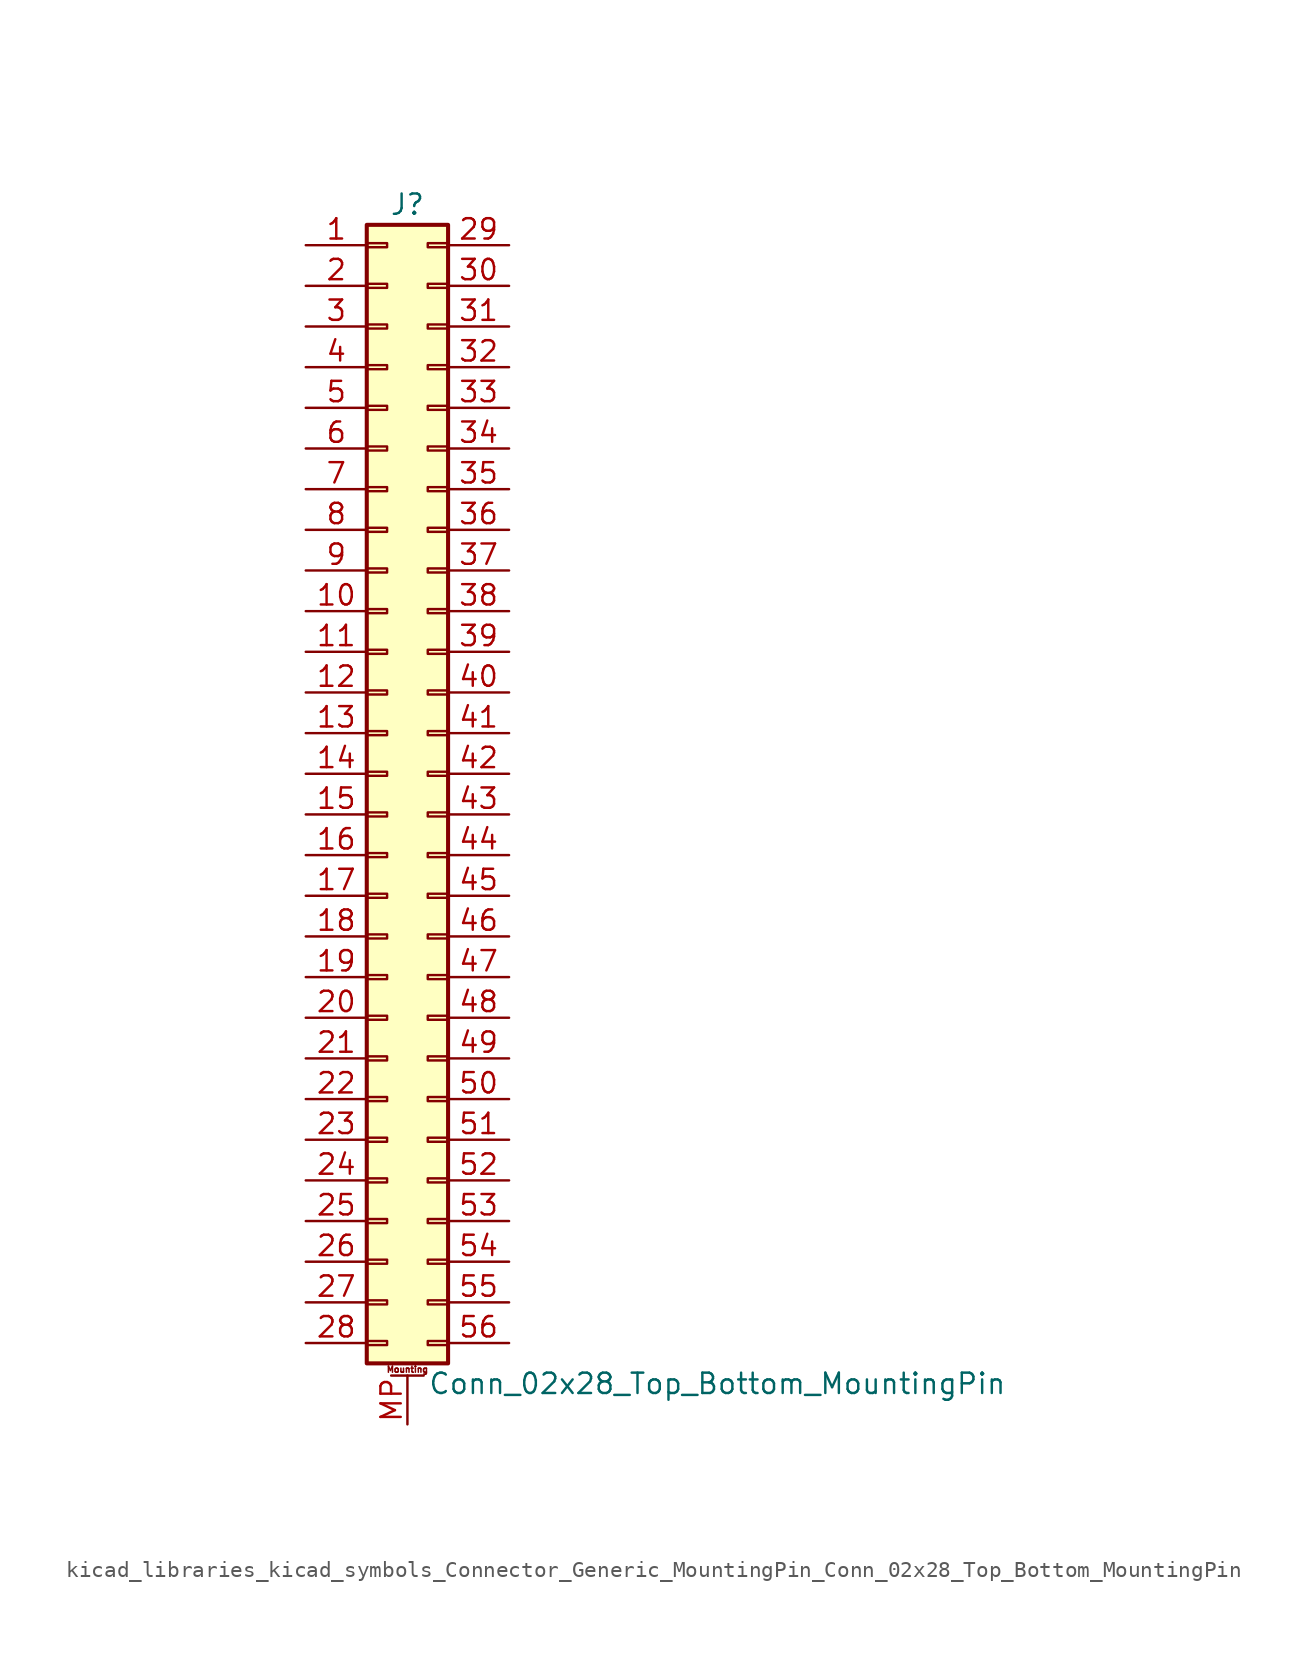
<source format=kicad_sym>
(kicad_symbol_lib
  (version 20220914)
  (generator kicad_symbol_editor)
  (symbol "kicad_libraries_kicad_symbols_Connector_Generic_MountingPin_Conn_02x28_Top_Bottom_MountingPin"
    (pin_names
      (offset 1.016) hide)
    (property "Reference" "J"
      (at 1.27 35.56 0)
      (effects (font (size 1.27 1.27))))
    (property "Value" "Conn_02x28_Top_Bottom_MountingPin"
      (at 2.54 -38.1 0)
      (effects (font (size 1.27 1.27)) (justify left)))
    (symbol "kicad_libraries_kicad_symbols_Connector_Generic_MountingPin_Conn_02x28_Top_Bottom_MountingPin_1_1"
      (rectangle (start -1.27 -35.433) (end 0 -35.687) (stroke (width 0.152) (type default)) (fill (type none)))
      (rectangle (start -1.27 -32.893) (end 0 -33.147) (stroke (width 0.152) (type default)) (fill (type none)))
      (rectangle (start -1.27 -30.353) (end 0 -30.607) (stroke (width 0.152) (type default)) (fill (type none)))
      (rectangle (start -1.27 -27.813) (end 0 -28.067) (stroke (width 0.152) (type default)) (fill (type none)))
      (rectangle (start -1.27 -25.273) (end 0 -25.527) (stroke (width 0.152) (type default)) (fill (type none)))
      (rectangle (start -1.27 -22.733) (end 0 -22.987) (stroke (width 0.152) (type default)) (fill (type none)))
      (rectangle (start -1.27 -20.193) (end 0 -20.447) (stroke (width 0.152) (type default)) (fill (type none)))
      (rectangle (start -1.27 -17.653) (end 0 -17.907) (stroke (width 0.152) (type default)) (fill (type none)))
      (rectangle (start -1.27 -15.113) (end 0 -15.367) (stroke (width 0.152) (type default)) (fill (type none)))
      (rectangle (start -1.27 -12.573) (end 0 -12.827) (stroke (width 0.152) (type default)) (fill (type none)))
      (rectangle (start -1.27 -10.033) (end 0 -10.287) (stroke (width 0.152) (type default)) (fill (type none)))
      (rectangle (start -1.27 -7.493) (end 0 -7.747) (stroke (width 0.152) (type default)) (fill (type none)))
      (rectangle (start -1.27 -4.953) (end 0 -5.207) (stroke (width 0.152) (type default)) (fill (type none)))
      (rectangle (start -1.27 -2.413) (end 0 -2.667) (stroke (width 0.152) (type default)) (fill (type none)))
      (rectangle (start -1.27 0.127) (end 0 -0.127) (stroke (width 0.152) (type default)) (fill (type none)))
      (rectangle (start -1.27 2.667) (end 0 2.413) (stroke (width 0.152) (type default)) (fill (type none)))
      (rectangle (start -1.27 5.207) (end 0 4.953) (stroke (width 0.152) (type default)) (fill (type none)))
      (rectangle (start -1.27 7.747) (end 0 7.493) (stroke (width 0.152) (type default)) (fill (type none)))
      (rectangle (start -1.27 10.287) (end 0 10.033) (stroke (width 0.152) (type default)) (fill (type none)))
      (rectangle (start -1.27 12.827) (end 0 12.573) (stroke (width 0.152) (type default)) (fill (type none)))
      (rectangle (start -1.27 15.367) (end 0 15.113) (stroke (width 0.152) (type default)) (fill (type none)))
      (rectangle (start -1.27 17.907) (end 0 17.653) (stroke (width 0.152) (type default)) (fill (type none)))
      (rectangle (start -1.27 20.447) (end 0 20.193) (stroke (width 0.152) (type default)) (fill (type none)))
      (rectangle (start -1.27 22.987) (end 0 22.733) (stroke (width 0.152) (type default)) (fill (type none)))
      (rectangle (start -1.27 25.527) (end 0 25.273) (stroke (width 0.152) (type default)) (fill (type none)))
      (rectangle (start -1.27 28.067) (end 0 27.813) (stroke (width 0.152) (type default)) (fill (type none)))
      (rectangle (start -1.27 30.607) (end 0 30.353) (stroke (width 0.152) (type default)) (fill (type none)))
      (rectangle (start -1.27 33.147) (end 0 32.893) (stroke (width 0.152) (type default)) (fill (type none)))
      (rectangle (start -1.27 34.29) (end 3.81 -36.83) (stroke (width 0.254) (type default)) (fill (type background)))
      (polyline (pts (xy 0.254 -37.592) (xy 2.286 -37.592)) (stroke (width 0.152) (type default)) (fill (type none)))
      (rectangle (start 3.81 -35.433) (end 2.54 -35.687) (stroke (width 0.152) (type default)) (fill (type none)))
      (rectangle (start 3.81 -32.893) (end 2.54 -33.147) (stroke (width 0.152) (type default)) (fill (type none)))
      (rectangle (start 3.81 -30.353) (end 2.54 -30.607) (stroke (width 0.152) (type default)) (fill (type none)))
      (rectangle (start 3.81 -27.813) (end 2.54 -28.067) (stroke (width 0.152) (type default)) (fill (type none)))
      (rectangle (start 3.81 -25.273) (end 2.54 -25.527) (stroke (width 0.152) (type default)) (fill (type none)))
      (rectangle (start 3.81 -22.733) (end 2.54 -22.987) (stroke (width 0.152) (type default)) (fill (type none)))
      (rectangle (start 3.81 -20.193) (end 2.54 -20.447) (stroke (width 0.152) (type default)) (fill (type none)))
      (rectangle (start 3.81 -17.653) (end 2.54 -17.907) (stroke (width 0.152) (type default)) (fill (type none)))
      (rectangle (start 3.81 -15.113) (end 2.54 -15.367) (stroke (width 0.152) (type default)) (fill (type none)))
      (rectangle (start 3.81 -12.573) (end 2.54 -12.827) (stroke (width 0.152) (type default)) (fill (type none)))
      (rectangle (start 3.81 -10.033) (end 2.54 -10.287) (stroke (width 0.152) (type default)) (fill (type none)))
      (rectangle (start 3.81 -7.493) (end 2.54 -7.747) (stroke (width 0.152) (type default)) (fill (type none)))
      (rectangle (start 3.81 -4.953) (end 2.54 -5.207) (stroke (width 0.152) (type default)) (fill (type none)))
      (rectangle (start 3.81 -2.413) (end 2.54 -2.667) (stroke (width 0.152) (type default)) (fill (type none)))
      (rectangle (start 3.81 0.127) (end 2.54 -0.127) (stroke (width 0.152) (type default)) (fill (type none)))
      (rectangle (start 3.81 2.667) (end 2.54 2.413) (stroke (width 0.152) (type default)) (fill (type none)))
      (rectangle (start 3.81 5.207) (end 2.54 4.953) (stroke (width 0.152) (type default)) (fill (type none)))
      (rectangle (start 3.81 7.747) (end 2.54 7.493) (stroke (width 0.152) (type default)) (fill (type none)))
      (rectangle (start 3.81 10.287) (end 2.54 10.033) (stroke (width 0.152) (type default)) (fill (type none)))
      (rectangle (start 3.81 12.827) (end 2.54 12.573) (stroke (width 0.152) (type default)) (fill (type none)))
      (rectangle (start 3.81 15.367) (end 2.54 15.113) (stroke (width 0.152) (type default)) (fill (type none)))
      (rectangle (start 3.81 17.907) (end 2.54 17.653) (stroke (width 0.152) (type default)) (fill (type none)))
      (rectangle (start 3.81 20.447) (end 2.54 20.193) (stroke (width 0.152) (type default)) (fill (type none)))
      (rectangle (start 3.81 22.987) (end 2.54 22.733) (stroke (width 0.152) (type default)) (fill (type none)))
      (rectangle (start 3.81 25.527) (end 2.54 25.273) (stroke (width 0.152) (type default)) (fill (type none)))
      (rectangle (start 3.81 28.067) (end 2.54 27.813) (stroke (width 0.152) (type default)) (fill (type none)))
      (rectangle (start 3.81 30.607) (end 2.54 30.353) (stroke (width 0.152) (type default)) (fill (type none)))
      (rectangle (start 3.81 33.147) (end 2.54 32.893) (stroke (width 0.152) (type default)) (fill (type none)))
      (text "Mounting" (at 1.27 -37.211 0) (effects (font (size 0.381 0.381))))
      (pin passive line (at -5.08 33.02 0) (length 3.81) (name "Pin_1" (effects (font (size 1.27 1.27)))) (number "1" (effects (font (size 1.27 1.27)))))
      (pin passive line (at -5.08 10.16 0) (length 3.81) (name "Pin_10" (effects (font (size 1.27 1.27)))) (number "10" (effects (font (size 1.27 1.27)))))
      (pin passive line (at -5.08 7.62 0) (length 3.81) (name "Pin_11" (effects (font (size 1.27 1.27)))) (number "11" (effects (font (size 1.27 1.27)))))
      (pin passive line (at -5.08 5.08 0) (length 3.81) (name "Pin_12" (effects (font (size 1.27 1.27)))) (number "12" (effects (font (size 1.27 1.27)))))
      (pin passive line (at -5.08 2.54 0) (length 3.81) (name "Pin_13" (effects (font (size 1.27 1.27)))) (number "13" (effects (font (size 1.27 1.27)))))
      (pin passive line (at -5.08 0 0) (length 3.81) (name "Pin_14" (effects (font (size 1.27 1.27)))) (number "14" (effects (font (size 1.27 1.27)))))
      (pin passive line (at -5.08 -2.54 0) (length 3.81) (name "Pin_15" (effects (font (size 1.27 1.27)))) (number "15" (effects (font (size 1.27 1.27)))))
      (pin passive line (at -5.08 -5.08 0) (length 3.81) (name "Pin_16" (effects (font (size 1.27 1.27)))) (number "16" (effects (font (size 1.27 1.27)))))
      (pin passive line (at -5.08 -7.62 0) (length 3.81) (name "Pin_17" (effects (font (size 1.27 1.27)))) (number "17" (effects (font (size 1.27 1.27)))))
      (pin passive line (at -5.08 -10.16 0) (length 3.81) (name "Pin_18" (effects (font (size 1.27 1.27)))) (number "18" (effects (font (size 1.27 1.27)))))
      (pin passive line (at -5.08 -12.7 0) (length 3.81) (name "Pin_19" (effects (font (size 1.27 1.27)))) (number "19" (effects (font (size 1.27 1.27)))))
      (pin passive line (at -5.08 30.48 0) (length 3.81) (name "Pin_2" (effects (font (size 1.27 1.27)))) (number "2" (effects (font (size 1.27 1.27)))))
      (pin passive line (at -5.08 -15.24 0) (length 3.81) (name "Pin_20" (effects (font (size 1.27 1.27)))) (number "20" (effects (font (size 1.27 1.27)))))
      (pin passive line (at -5.08 -17.78 0) (length 3.81) (name "Pin_21" (effects (font (size 1.27 1.27)))) (number "21" (effects (font (size 1.27 1.27)))))
      (pin passive line (at -5.08 -20.32 0) (length 3.81) (name "Pin_22" (effects (font (size 1.27 1.27)))) (number "22" (effects (font (size 1.27 1.27)))))
      (pin passive line (at -5.08 -22.86 0) (length 3.81) (name "Pin_23" (effects (font (size 1.27 1.27)))) (number "23" (effects (font (size 1.27 1.27)))))
      (pin passive line (at -5.08 -25.4 0) (length 3.81) (name "Pin_24" (effects (font (size 1.27 1.27)))) (number "24" (effects (font (size 1.27 1.27)))))
      (pin passive line (at -5.08 -27.94 0) (length 3.81) (name "Pin_25" (effects (font (size 1.27 1.27)))) (number "25" (effects (font (size 1.27 1.27)))))
      (pin passive line (at -5.08 -30.48 0) (length 3.81) (name "Pin_26" (effects (font (size 1.27 1.27)))) (number "26" (effects (font (size 1.27 1.27)))))
      (pin passive line (at -5.08 -33.02 0) (length 3.81) (name "Pin_27" (effects (font (size 1.27 1.27)))) (number "27" (effects (font (size 1.27 1.27)))))
      (pin passive line (at -5.08 -35.56 0) (length 3.81) (name "Pin_28" (effects (font (size 1.27 1.27)))) (number "28" (effects (font (size 1.27 1.27)))))
      (pin passive line (at 7.62 33.02 180) (length 3.81) (name "Pin_29" (effects (font (size 1.27 1.27)))) (number "29" (effects (font (size 1.27 1.27)))))
      (pin passive line (at -5.08 27.94 0) (length 3.81) (name "Pin_3" (effects (font (size 1.27 1.27)))) (number "3" (effects (font (size 1.27 1.27)))))
      (pin passive line (at 7.62 30.48 180) (length 3.81) (name "Pin_30" (effects (font (size 1.27 1.27)))) (number "30" (effects (font (size 1.27 1.27)))))
      (pin passive line (at 7.62 27.94 180) (length 3.81) (name "Pin_31" (effects (font (size 1.27 1.27)))) (number "31" (effects (font (size 1.27 1.27)))))
      (pin passive line (at 7.62 25.4 180) (length 3.81) (name "Pin_32" (effects (font (size 1.27 1.27)))) (number "32" (effects (font (size 1.27 1.27)))))
      (pin passive line (at 7.62 22.86 180) (length 3.81) (name "Pin_33" (effects (font (size 1.27 1.27)))) (number "33" (effects (font (size 1.27 1.27)))))
      (pin passive line (at 7.62 20.32 180) (length 3.81) (name "Pin_34" (effects (font (size 1.27 1.27)))) (number "34" (effects (font (size 1.27 1.27)))))
      (pin passive line (at 7.62 17.78 180) (length 3.81) (name "Pin_35" (effects (font (size 1.27 1.27)))) (number "35" (effects (font (size 1.27 1.27)))))
      (pin passive line (at 7.62 15.24 180) (length 3.81) (name "Pin_36" (effects (font (size 1.27 1.27)))) (number "36" (effects (font (size 1.27 1.27)))))
      (pin passive line (at 7.62 12.7 180) (length 3.81) (name "Pin_37" (effects (font (size 1.27 1.27)))) (number "37" (effects (font (size 1.27 1.27)))))
      (pin passive line (at 7.62 10.16 180) (length 3.81) (name "Pin_38" (effects (font (size 1.27 1.27)))) (number "38" (effects (font (size 1.27 1.27)))))
      (pin passive line (at 7.62 7.62 180) (length 3.81) (name "Pin_39" (effects (font (size 1.27 1.27)))) (number "39" (effects (font (size 1.27 1.27)))))
      (pin passive line (at -5.08 25.4 0) (length 3.81) (name "Pin_4" (effects (font (size 1.27 1.27)))) (number "4" (effects (font (size 1.27 1.27)))))
      (pin passive line (at 7.62 5.08 180) (length 3.81) (name "Pin_40" (effects (font (size 1.27 1.27)))) (number "40" (effects (font (size 1.27 1.27)))))
      (pin passive line (at 7.62 2.54 180) (length 3.81) (name "Pin_41" (effects (font (size 1.27 1.27)))) (number "41" (effects (font (size 1.27 1.27)))))
      (pin passive line (at 7.62 0 180) (length 3.81) (name "Pin_42" (effects (font (size 1.27 1.27)))) (number "42" (effects (font (size 1.27 1.27)))))
      (pin passive line (at 7.62 -2.54 180) (length 3.81) (name "Pin_43" (effects (font (size 1.27 1.27)))) (number "43" (effects (font (size 1.27 1.27)))))
      (pin passive line (at 7.62 -5.08 180) (length 3.81) (name "Pin_44" (effects (font (size 1.27 1.27)))) (number "44" (effects (font (size 1.27 1.27)))))
      (pin passive line (at 7.62 -7.62 180) (length 3.81) (name "Pin_45" (effects (font (size 1.27 1.27)))) (number "45" (effects (font (size 1.27 1.27)))))
      (pin passive line (at 7.62 -10.16 180) (length 3.81) (name "Pin_46" (effects (font (size 1.27 1.27)))) (number "46" (effects (font (size 1.27 1.27)))))
      (pin passive line (at 7.62 -12.7 180) (length 3.81) (name "Pin_47" (effects (font (size 1.27 1.27)))) (number "47" (effects (font (size 1.27 1.27)))))
      (pin passive line (at 7.62 -15.24 180) (length 3.81) (name "Pin_48" (effects (font (size 1.27 1.27)))) (number "48" (effects (font (size 1.27 1.27)))))
      (pin passive line (at 7.62 -17.78 180) (length 3.81) (name "Pin_49" (effects (font (size 1.27 1.27)))) (number "49" (effects (font (size 1.27 1.27)))))
      (pin passive line (at -5.08 22.86 0) (length 3.81) (name "Pin_5" (effects (font (size 1.27 1.27)))) (number "5" (effects (font (size 1.27 1.27)))))
      (pin passive line (at 7.62 -20.32 180) (length 3.81) (name "Pin_50" (effects (font (size 1.27 1.27)))) (number "50" (effects (font (size 1.27 1.27)))))
      (pin passive line (at 7.62 -22.86 180) (length 3.81) (name "Pin_51" (effects (font (size 1.27 1.27)))) (number "51" (effects (font (size 1.27 1.27)))))
      (pin passive line (at 7.62 -25.4 180) (length 3.81) (name "Pin_52" (effects (font (size 1.27 1.27)))) (number "52" (effects (font (size 1.27 1.27)))))
      (pin passive line (at 7.62 -27.94 180) (length 3.81) (name "Pin_53" (effects (font (size 1.27 1.27)))) (number "53" (effects (font (size 1.27 1.27)))))
      (pin passive line (at 7.62 -30.48 180) (length 3.81) (name "Pin_54" (effects (font (size 1.27 1.27)))) (number "54" (effects (font (size 1.27 1.27)))))
      (pin passive line (at 7.62 -33.02 180) (length 3.81) (name "Pin_55" (effects (font (size 1.27 1.27)))) (number "55" (effects (font (size 1.27 1.27)))))
      (pin passive line (at 7.62 -35.56 180) (length 3.81) (name "Pin_56" (effects (font (size 1.27 1.27)))) (number "56" (effects (font (size 1.27 1.27)))))
      (pin passive line (at -5.08 20.32 0) (length 3.81) (name "Pin_6" (effects (font (size 1.27 1.27)))) (number "6" (effects (font (size 1.27 1.27)))))
      (pin passive line (at -5.08 17.78 0) (length 3.81) (name "Pin_7" (effects (font (size 1.27 1.27)))) (number "7" (effects (font (size 1.27 1.27)))))
      (pin passive line (at -5.08 15.24 0) (length 3.81) (name "Pin_8" (effects (font (size 1.27 1.27)))) (number "8" (effects (font (size 1.27 1.27)))))
      (pin passive line (at -5.08 12.7 0) (length 3.81) (name "Pin_9" (effects (font (size 1.27 1.27)))) (number "9" (effects (font (size 1.27 1.27)))))
      (pin passive line (at 1.27 -40.64 90) (length 3.048) (name "MountPin" (effects (font (size 1.27 1.27)))) (number "MP" (effects (font (size 1.27 1.27))))))))
</source>
